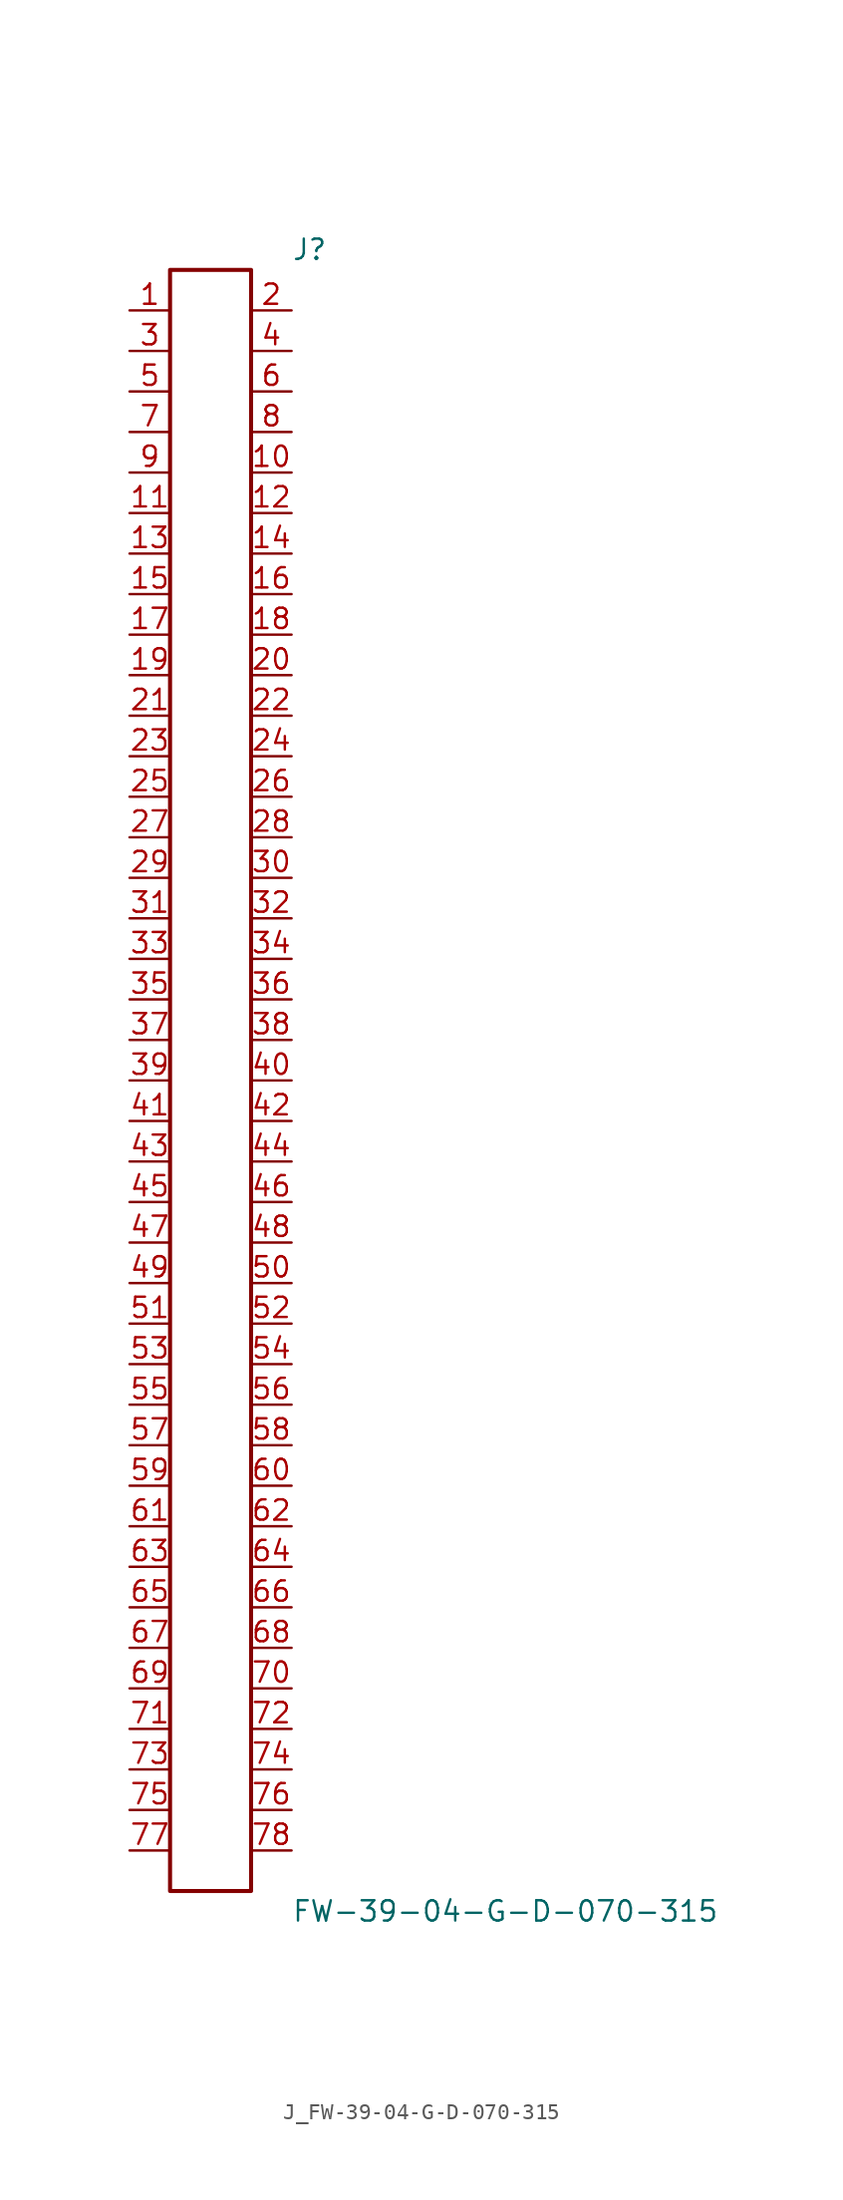
<source format=kicad_sym>
(kicad_symbol_lib
  (version 20231120)
  (generator kicad_symbol_editor)
  (generator_version 8.0)
  (symbol "J_FW-39-04-G-D-070-315"
    (pin_names
      (offset 0.254))
    (property "Reference" "J"
      (at 5.08 52.07 0)
      (effects (font (size 1.27 1.27)) (justify left)))
    (property "Value" "FW-39-04-G-D-070-315"
      (at 5.08 -52.07 0)
      (effects (font (size 1.27 1.27)) (justify left)))
    (symbol "J_FW-39-04-G-D-070-315_0_0"
      (pin passive line (at -5.08 48.26 0) (length 2.54) (name "" (effects (font (size 1.27 1.27)))) (number "1" (effects (font (size 1.27 1.27)))))
      (pin passive line (at 5.08 48.26 180) (length 2.54) (name "" (effects (font (size 1.27 1.27)))) (number "2" (effects (font (size 1.27 1.27)))))
      (pin passive line (at -5.08 45.72 0) (length 2.54) (name "" (effects (font (size 1.27 1.27)))) (number "3" (effects (font (size 1.27 1.27)))))
      (pin passive line (at 5.08 45.72 180) (length 2.54) (name "" (effects (font (size 1.27 1.27)))) (number "4" (effects (font (size 1.27 1.27)))))
      (pin passive line (at -5.08 43.18 0) (length 2.54) (name "" (effects (font (size 1.27 1.27)))) (number "5" (effects (font (size 1.27 1.27)))))
      (pin passive line (at 5.08 43.18 180) (length 2.54) (name "" (effects (font (size 1.27 1.27)))) (number "6" (effects (font (size 1.27 1.27)))))
      (pin passive line (at -5.08 40.64 0) (length 2.54) (name "" (effects (font (size 1.27 1.27)))) (number "7" (effects (font (size 1.27 1.27)))))
      (pin passive line (at 5.08 40.64 180) (length 2.54) (name "" (effects (font (size 1.27 1.27)))) (number "8" (effects (font (size 1.27 1.27)))))
      (pin passive line (at -5.08 38.1 0) (length 2.54) (name "" (effects (font (size 1.27 1.27)))) (number "9" (effects (font (size 1.27 1.27)))))
      (pin passive line (at 5.08 38.1 180) (length 2.54) (name "" (effects (font (size 1.27 1.27)))) (number "10" (effects (font (size 1.27 1.27)))))
      (pin passive line (at -5.08 35.56 0) (length 2.54) (name "" (effects (font (size 1.27 1.27)))) (number "11" (effects (font (size 1.27 1.27)))))
      (pin passive line (at 5.08 35.56 180) (length 2.54) (name "" (effects (font (size 1.27 1.27)))) (number "12" (effects (font (size 1.27 1.27)))))
      (pin passive line (at -5.08 33.02 0) (length 2.54) (name "" (effects (font (size 1.27 1.27)))) (number "13" (effects (font (size 1.27 1.27)))))
      (pin passive line (at 5.08 33.02 180) (length 2.54) (name "" (effects (font (size 1.27 1.27)))) (number "14" (effects (font (size 1.27 1.27)))))
      (pin passive line (at -5.08 30.48 0) (length 2.54) (name "" (effects (font (size 1.27 1.27)))) (number "15" (effects (font (size 1.27 1.27)))))
      (pin passive line (at 5.08 30.48 180) (length 2.54) (name "" (effects (font (size 1.27 1.27)))) (number "16" (effects (font (size 1.27 1.27)))))
      (pin passive line (at -5.08 27.94 0) (length 2.54) (name "" (effects (font (size 1.27 1.27)))) (number "17" (effects (font (size 1.27 1.27)))))
      (pin passive line (at 5.08 27.94 180) (length 2.54) (name "" (effects (font (size 1.27 1.27)))) (number "18" (effects (font (size 1.27 1.27)))))
      (pin passive line (at -5.08 25.4 0) (length 2.54) (name "" (effects (font (size 1.27 1.27)))) (number "19" (effects (font (size 1.27 1.27)))))
      (pin passive line (at 5.08 25.4 180) (length 2.54) (name "" (effects (font (size 1.27 1.27)))) (number "20" (effects (font (size 1.27 1.27)))))
      (pin passive line (at -5.08 22.86 0) (length 2.54) (name "" (effects (font (size 1.27 1.27)))) (number "21" (effects (font (size 1.27 1.27)))))
      (pin passive line (at 5.08 22.86 180) (length 2.54) (name "" (effects (font (size 1.27 1.27)))) (number "22" (effects (font (size 1.27 1.27)))))
      (pin passive line (at -5.08 20.32 0) (length 2.54) (name "" (effects (font (size 1.27 1.27)))) (number "23" (effects (font (size 1.27 1.27)))))
      (pin passive line (at 5.08 20.32 180) (length 2.54) (name "" (effects (font (size 1.27 1.27)))) (number "24" (effects (font (size 1.27 1.27)))))
      (pin passive line (at -5.08 17.78 0) (length 2.54) (name "" (effects (font (size 1.27 1.27)))) (number "25" (effects (font (size 1.27 1.27)))))
      (pin passive line (at 5.08 17.78 180) (length 2.54) (name "" (effects (font (size 1.27 1.27)))) (number "26" (effects (font (size 1.27 1.27)))))
      (pin passive line (at -5.08 15.24 0) (length 2.54) (name "" (effects (font (size 1.27 1.27)))) (number "27" (effects (font (size 1.27 1.27)))))
      (pin passive line (at 5.08 15.24 180) (length 2.54) (name "" (effects (font (size 1.27 1.27)))) (number "28" (effects (font (size 1.27 1.27)))))
      (pin passive line (at -5.08 12.7 0) (length 2.54) (name "" (effects (font (size 1.27 1.27)))) (number "29" (effects (font (size 1.27 1.27)))))
      (pin passive line (at 5.08 12.7 180) (length 2.54) (name "" (effects (font (size 1.27 1.27)))) (number "30" (effects (font (size 1.27 1.27)))))
      (pin passive line (at -5.08 10.16 0) (length 2.54) (name "" (effects (font (size 1.27 1.27)))) (number "31" (effects (font (size 1.27 1.27)))))
      (pin passive line (at 5.08 10.16 180) (length 2.54) (name "" (effects (font (size 1.27 1.27)))) (number "32" (effects (font (size 1.27 1.27)))))
      (pin passive line (at -5.08 7.62 0) (length 2.54) (name "" (effects (font (size 1.27 1.27)))) (number "33" (effects (font (size 1.27 1.27)))))
      (pin passive line (at 5.08 7.62 180) (length 2.54) (name "" (effects (font (size 1.27 1.27)))) (number "34" (effects (font (size 1.27 1.27)))))
      (pin passive line (at -5.08 5.08 0) (length 2.54) (name "" (effects (font (size 1.27 1.27)))) (number "35" (effects (font (size 1.27 1.27)))))
      (pin passive line (at 5.08 5.08 180) (length 2.54) (name "" (effects (font (size 1.27 1.27)))) (number "36" (effects (font (size 1.27 1.27)))))
      (pin passive line (at -5.08 2.54 0) (length 2.54) (name "" (effects (font (size 1.27 1.27)))) (number "37" (effects (font (size 1.27 1.27)))))
      (pin passive line (at 5.08 2.54 180) (length 2.54) (name "" (effects (font (size 1.27 1.27)))) (number "38" (effects (font (size 1.27 1.27)))))
      (pin passive line (at -5.08 0.0 0) (length 2.54) (name "" (effects (font (size 1.27 1.27)))) (number "39" (effects (font (size 1.27 1.27)))))
      (pin passive line (at 5.08 0.0 180) (length 2.54) (name "" (effects (font (size 1.27 1.27)))) (number "40" (effects (font (size 1.27 1.27)))))
      (pin passive line (at -5.08 -2.54 0) (length 2.54) (name "" (effects (font (size 1.27 1.27)))) (number "41" (effects (font (size 1.27 1.27)))))
      (pin passive line (at 5.08 -2.54 180) (length 2.54) (name "" (effects (font (size 1.27 1.27)))) (number "42" (effects (font (size 1.27 1.27)))))
      (pin passive line (at -5.08 -5.08 0) (length 2.54) (name "" (effects (font (size 1.27 1.27)))) (number "43" (effects (font (size 1.27 1.27)))))
      (pin passive line (at 5.08 -5.08 180) (length 2.54) (name "" (effects (font (size 1.27 1.27)))) (number "44" (effects (font (size 1.27 1.27)))))
      (pin passive line (at -5.08 -7.62 0) (length 2.54) (name "" (effects (font (size 1.27 1.27)))) (number "45" (effects (font (size 1.27 1.27)))))
      (pin passive line (at 5.08 -7.62 180) (length 2.54) (name "" (effects (font (size 1.27 1.27)))) (number "46" (effects (font (size 1.27 1.27)))))
      (pin passive line (at -5.08 -10.16 0) (length 2.54) (name "" (effects (font (size 1.27 1.27)))) (number "47" (effects (font (size 1.27 1.27)))))
      (pin passive line (at 5.08 -10.16 180) (length 2.54) (name "" (effects (font (size 1.27 1.27)))) (number "48" (effects (font (size 1.27 1.27)))))
      (pin passive line (at -5.08 -12.7 0) (length 2.54) (name "" (effects (font (size 1.27 1.27)))) (number "49" (effects (font (size 1.27 1.27)))))
      (pin passive line (at 5.08 -12.7 180) (length 2.54) (name "" (effects (font (size 1.27 1.27)))) (number "50" (effects (font (size 1.27 1.27)))))
      (pin passive line (at -5.08 -15.24 0) (length 2.54) (name "" (effects (font (size 1.27 1.27)))) (number "51" (effects (font (size 1.27 1.27)))))
      (pin passive line (at 5.08 -15.24 180) (length 2.54) (name "" (effects (font (size 1.27 1.27)))) (number "52" (effects (font (size 1.27 1.27)))))
      (pin passive line (at -5.08 -17.78 0) (length 2.54) (name "" (effects (font (size 1.27 1.27)))) (number "53" (effects (font (size 1.27 1.27)))))
      (pin passive line (at 5.08 -17.78 180) (length 2.54) (name "" (effects (font (size 1.27 1.27)))) (number "54" (effects (font (size 1.27 1.27)))))
      (pin passive line (at -5.08 -20.32 0) (length 2.54) (name "" (effects (font (size 1.27 1.27)))) (number "55" (effects (font (size 1.27 1.27)))))
      (pin passive line (at 5.08 -20.32 180) (length 2.54) (name "" (effects (font (size 1.27 1.27)))) (number "56" (effects (font (size 1.27 1.27)))))
      (pin passive line (at -5.08 -22.86 0) (length 2.54) (name "" (effects (font (size 1.27 1.27)))) (number "57" (effects (font (size 1.27 1.27)))))
      (pin passive line (at 5.08 -22.86 180) (length 2.54) (name "" (effects (font (size 1.27 1.27)))) (number "58" (effects (font (size 1.27 1.27)))))
      (pin passive line (at -5.08 -25.4 0) (length 2.54) (name "" (effects (font (size 1.27 1.27)))) (number "59" (effects (font (size 1.27 1.27)))))
      (pin passive line (at 5.08 -25.4 180) (length 2.54) (name "" (effects (font (size 1.27 1.27)))) (number "60" (effects (font (size 1.27 1.27)))))
      (pin passive line (at -5.08 -27.94 0) (length 2.54) (name "" (effects (font (size 1.27 1.27)))) (number "61" (effects (font (size 1.27 1.27)))))
      (pin passive line (at 5.08 -27.94 180) (length 2.54) (name "" (effects (font (size 1.27 1.27)))) (number "62" (effects (font (size 1.27 1.27)))))
      (pin passive line (at -5.08 -30.48 0) (length 2.54) (name "" (effects (font (size 1.27 1.27)))) (number "63" (effects (font (size 1.27 1.27)))))
      (pin passive line (at 5.08 -30.48 180) (length 2.54) (name "" (effects (font (size 1.27 1.27)))) (number "64" (effects (font (size 1.27 1.27)))))
      (pin passive line (at -5.08 -33.02 0) (length 2.54) (name "" (effects (font (size 1.27 1.27)))) (number "65" (effects (font (size 1.27 1.27)))))
      (pin passive line (at 5.08 -33.02 180) (length 2.54) (name "" (effects (font (size 1.27 1.27)))) (number "66" (effects (font (size 1.27 1.27)))))
      (pin passive line (at -5.08 -35.56 0) (length 2.54) (name "" (effects (font (size 1.27 1.27)))) (number "67" (effects (font (size 1.27 1.27)))))
      (pin passive line (at 5.08 -35.56 180) (length 2.54) (name "" (effects (font (size 1.27 1.27)))) (number "68" (effects (font (size 1.27 1.27)))))
      (pin passive line (at -5.08 -38.1 0) (length 2.54) (name "" (effects (font (size 1.27 1.27)))) (number "69" (effects (font (size 1.27 1.27)))))
      (pin passive line (at 5.08 -38.1 180) (length 2.54) (name "" (effects (font (size 1.27 1.27)))) (number "70" (effects (font (size 1.27 1.27)))))
      (pin passive line (at -5.08 -40.64 0) (length 2.54) (name "" (effects (font (size 1.27 1.27)))) (number "71" (effects (font (size 1.27 1.27)))))
      (pin passive line (at 5.08 -40.64 180) (length 2.54) (name "" (effects (font (size 1.27 1.27)))) (number "72" (effects (font (size 1.27 1.27)))))
      (pin passive line (at -5.08 -43.18 0) (length 2.54) (name "" (effects (font (size 1.27 1.27)))) (number "73" (effects (font (size 1.27 1.27)))))
      (pin passive line (at 5.08 -43.18 180) (length 2.54) (name "" (effects (font (size 1.27 1.27)))) (number "74" (effects (font (size 1.27 1.27)))))
      (pin passive line (at -5.08 -45.72 0) (length 2.54) (name "" (effects (font (size 1.27 1.27)))) (number "75" (effects (font (size 1.27 1.27)))))
      (pin passive line (at 5.08 -45.72 180) (length 2.54) (name "" (effects (font (size 1.27 1.27)))) (number "76" (effects (font (size 1.27 1.27)))))
      (pin passive line (at -5.08 -48.26 0) (length 2.54) (name "" (effects (font (size 1.27 1.27)))) (number "77" (effects (font (size 1.27 1.27)))))
      (pin passive line (at 5.08 -48.26 180) (length 2.54) (name "" (effects (font (size 1.27 1.27)))) (number "78" (effects (font (size 1.27 1.27))))))
    (symbol "J_FW-39-04-G-D-070-315_1_0"
      (rectangle (start -2.54 50.8) (end 2.54 -50.8) (stroke (width 0.254) (type solid)) (fill (type none))))))
</source>
